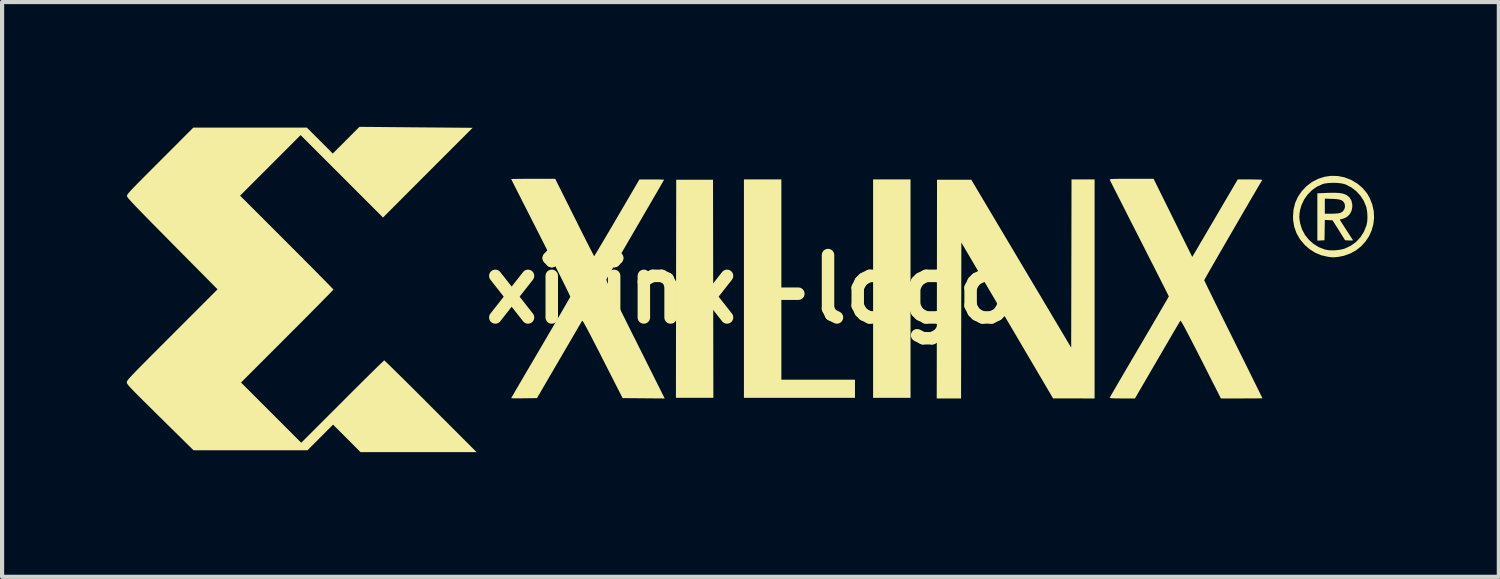
<source format=kicad_pcb>
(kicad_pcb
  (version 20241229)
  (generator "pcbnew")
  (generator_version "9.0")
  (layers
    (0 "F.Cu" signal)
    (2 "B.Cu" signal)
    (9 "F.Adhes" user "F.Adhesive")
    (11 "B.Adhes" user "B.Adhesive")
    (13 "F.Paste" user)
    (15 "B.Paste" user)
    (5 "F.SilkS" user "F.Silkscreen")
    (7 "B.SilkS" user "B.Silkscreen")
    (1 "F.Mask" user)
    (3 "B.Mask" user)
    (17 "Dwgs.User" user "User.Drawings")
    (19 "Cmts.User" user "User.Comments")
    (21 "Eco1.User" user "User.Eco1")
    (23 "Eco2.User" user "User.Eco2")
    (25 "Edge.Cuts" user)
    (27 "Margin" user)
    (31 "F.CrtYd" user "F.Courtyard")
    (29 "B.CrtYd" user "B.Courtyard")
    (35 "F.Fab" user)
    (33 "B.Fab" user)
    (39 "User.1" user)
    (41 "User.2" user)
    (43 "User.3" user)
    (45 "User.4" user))
  (footprint "xilinx-logo"
    (layer "F.Cu")
    (at 15.003 3.905)
    (property "Reference" "xilinx-logo" (at 0 0 0) (layer "F.SilkS") (effects (font (size 1.5 1.5) (thickness 0.3))))
    (attr board_only exclude_from_pos_files exclude_from_bom)
    (fp_poly (pts (xy -0.904 -0.011) (xy -0.9 2.611) (xy -1.35 2.611) (xy -1.8 2.611) (xy -1.797 -0.011) (xy -1.793 -2.633) (xy -1.35 -2.633) (xy -0.908 -2.633)) (stroke (width 0) (type solid)) (fill yes) (layer "F.SilkS"))
    (fp_poly (pts (xy 3.841 -0.015) (xy 3.841 2.611) (xy 3.391 2.611) (xy 2.941 2.611) (xy 2.941 -0.015) (xy 2.941 -2.641) (xy 3.391 -2.641) (xy 3.841 -2.641)) (stroke (width 0) (type solid)) (fill yes) (layer "F.SilkS"))
    (fp_poly (pts (xy 0.735 -0.233) (xy 0.735 2.175) (xy 1.62 2.175) (xy 2.505 2.175) (xy 2.505 2.393) (xy 2.505 2.611) (xy 1.17 2.611) (xy -0.165 2.611) (xy -0.165 -0.015) (xy -0.165 -2.641) (xy 0.285 -2.641) (xy 0.735 -2.641)) (stroke (width 0) (type solid)) (fill yes) (layer "F.SilkS"))
    (fp_poly (pts (xy 8.267 -0.008) (xy 8.267 2.626) (xy 7.768 2.625) (xy 7.269 2.625) (xy 6.166 0.751) (xy 5.063 -1.123) (xy 5.06 0.751) (xy 5.056 2.626) (xy 4.763 2.626) (xy 4.471 2.626) (xy 4.475 -0.004) (xy 4.478 -2.633) (xy 4.89 -2.633) (xy 5.302 -2.633) (xy 6.503 -0.614) (xy 7.704 1.404) (xy 7.708 -0.618) (xy 7.712 -2.641) (xy 7.989 -2.641) (xy 8.267 -2.641)) (stroke (width 0) (type solid)) (fill yes) (layer "F.SilkS"))
    (fp_poly (pts (xy 14.093 -2.318) (xy 14.177 -2.311) (xy 14.245 -2.297) (xy 14.303 -2.276) (xy 14.335 -2.259) (xy 14.397 -2.207) (xy 14.439 -2.138) (xy 14.461 -2.058) (xy 14.464 -1.975) (xy 14.447 -1.892) (xy 14.411 -1.817) (xy 14.355 -1.756) (xy 14.333 -1.74) (xy 14.283 -1.713) (xy 14.233 -1.693) (xy 14.215 -1.689) (xy 14.18 -1.681) (xy 14.163 -1.674) (xy 14.163 -1.673) (xy 14.171 -1.659) (xy 14.192 -1.624) (xy 14.226 -1.572) (xy 14.268 -1.506) (xy 14.316 -1.432) (xy 14.32 -1.425) (xy 14.369 -1.35) (xy 14.412 -1.284) (xy 14.446 -1.23) (xy 14.469 -1.193) (xy 14.478 -1.177) (xy 14.478 -1.176) (xy 14.464 -1.173) (xy 14.429 -1.172) (xy 14.384 -1.173) (xy 14.291 -1.178) (xy 14.14 -1.418) (xy 13.988 -1.658) (xy 13.896 -1.662) (xy 13.803 -1.667) (xy 13.799 -1.422) (xy 13.795 -1.178) (xy 13.709 -1.173) (xy 13.623 -1.169) (xy 13.623 -1.738) (xy 13.623 -1.997) (xy 13.803 -1.997) (xy 13.803 -1.815) (xy 13.964 -1.816) (xy 14.036 -1.818) (xy 14.103 -1.823) (xy 14.155 -1.83) (xy 14.176 -1.835) (xy 14.233 -1.869) (xy 14.271 -1.921) (xy 14.288 -1.984) (xy 14.281 -2.049) (xy 14.27 -2.075) (xy 14.244 -2.111) (xy 14.208 -2.138) (xy 14.157 -2.156) (xy 14.086 -2.167) (xy 13.991 -2.173) (xy 13.979 -2.173) (xy 13.803 -2.179) (xy 13.803 -1.997) (xy 13.623 -1.997) (xy 13.623 -2.307) (xy 13.859 -2.317) (xy 13.988 -2.32)) (stroke (width 0) (type solid)) (fill yes) (layer "F.SilkS"))
    (fp_poly (pts (xy 14.115 -2.723) (xy 14.276 -2.691) (xy 14.433 -2.63) (xy 14.44 -2.627) (xy 14.589 -2.538) (xy 14.716 -2.429) (xy 14.82 -2.302) (xy 14.881 -2.196) (xy 14.944 -2.038) (xy 14.979 -1.879) (xy 14.987 -1.72) (xy 14.97 -1.565) (xy 14.929 -1.416) (xy 14.866 -1.276) (xy 14.781 -1.148) (xy 14.677 -1.034) (xy 14.555 -0.937) (xy 14.416 -0.86) (xy 14.262 -0.805) (xy 14.142 -0.781) (xy 14.074 -0.772) (xy 14.024 -0.768) (xy 13.979 -0.769) (xy 13.928 -0.774) (xy 13.876 -0.781) (xy 13.714 -0.818) (xy 13.567 -0.88) (xy 13.431 -0.968) (xy 13.321 -1.065) (xy 13.209 -1.197) (xy 13.125 -1.341) (xy 13.069 -1.496) (xy 13.041 -1.661) (xy 13.038 -1.739) (xy 13.189 -1.739) (xy 13.197 -1.658) (xy 13.21 -1.583) (xy 13.255 -1.439) (xy 13.326 -1.306) (xy 13.42 -1.189) (xy 13.533 -1.089) (xy 13.662 -1.01) (xy 13.805 -0.955) (xy 13.822 -0.951) (xy 13.909 -0.937) (xy 14.013 -0.935) (xy 14.121 -0.943) (xy 14.223 -0.961) (xy 14.285 -0.979) (xy 14.429 -1.047) (xy 14.554 -1.138) (xy 14.659 -1.25) (xy 14.743 -1.383) (xy 14.803 -1.534) (xy 14.804 -1.536) (xy 14.822 -1.626) (xy 14.828 -1.733) (xy 14.823 -1.844) (xy 14.807 -1.947) (xy 14.796 -1.989) (xy 14.74 -2.124) (xy 14.659 -2.249) (xy 14.559 -2.358) (xy 14.442 -2.448) (xy 14.314 -2.514) (xy 14.273 -2.529) (xy 14.194 -2.547) (xy 14.096 -2.557) (xy 13.991 -2.559) (xy 13.887 -2.554) (xy 13.796 -2.541) (xy 13.752 -2.529) (xy 13.619 -2.47) (xy 13.498 -2.386) (xy 13.393 -2.281) (xy 13.306 -2.159) (xy 13.242 -2.024) (xy 13.21 -1.913) (xy 13.194 -1.82) (xy 13.189 -1.739) (xy 13.038 -1.739) (xy 13.038 -1.747) (xy 13.051 -1.919) (xy 13.09 -2.077) (xy 13.157 -2.224) (xy 13.247 -2.356) (xy 13.365 -2.481) (xy 13.497 -2.58) (xy 13.642 -2.655) (xy 13.795 -2.704) (xy 13.954 -2.727)) (stroke (width 0) (type solid)) (fill yes) (layer "F.SilkS"))
    (fp_poly (pts (xy -8.049 -3.893) (xy -6.688 -3.882) (xy -7.766 -2.804) (xy -8.844 -1.725) (xy -9.834 -2.716) (xy -10.825 -3.706) (xy -11.552 -2.978) (xy -12.28 -2.25) (xy -11.158 -1.129) (xy -11.006 -0.976) (xy -10.86 -0.83) (xy -10.721 -0.69) (xy -10.591 -0.559) (xy -10.471 -0.439) (xy -10.363 -0.329) (xy -10.268 -0.233) (xy -10.188 -0.151) (xy -10.123 -0.084) (xy -10.075 -0.035) (xy -10.046 -0.004) (xy -10.037 0.008) (xy -10.047 0.02) (xy -10.078 0.052) (xy -10.126 0.103) (xy -10.192 0.17) (xy -10.274 0.253) (xy -10.369 0.351) (xy -10.478 0.46) (xy -10.598 0.582) (xy -10.728 0.713) (xy -10.867 0.853) (xy -11.014 0.999) (xy -11.147 1.133) (xy -12.257 2.243) (xy -11.533 2.967) (xy -10.81 3.691) (xy -9.819 2.701) (xy -9.676 2.557) (xy -9.539 2.421) (xy -9.409 2.291) (xy -9.288 2.171) (xy -9.177 2.062) (xy -9.079 1.965) (xy -8.993 1.881) (xy -8.923 1.812) (xy -8.868 1.76) (xy -8.832 1.726) (xy -8.815 1.711) (xy -8.814 1.71) (xy -8.802 1.721) (xy -8.77 1.751) (xy -8.719 1.8) (xy -8.651 1.865) (xy -8.568 1.947) (xy -8.471 2.043) (xy -8.361 2.151) (xy -8.24 2.271) (xy -8.109 2.401) (xy -7.97 2.54) (xy -7.823 2.686) (xy -7.697 2.813) (xy -6.594 3.916) (xy -7.989 3.916) (xy -9.385 3.916) (xy -9.715 3.585) (xy -10.044 3.255) (xy -10.351 3.563) (xy -10.658 3.871) (xy -12.03 3.871) (xy -13.401 3.871) (xy -14.202 3.081) (xy -14.352 2.933) (xy -14.482 2.804) (xy -14.594 2.694) (xy -14.688 2.6) (xy -14.767 2.521) (xy -14.831 2.456) (xy -14.883 2.402) (xy -14.923 2.36) (xy -14.953 2.326) (xy -14.974 2.3) (xy -14.989 2.279) (xy -14.997 2.264) (xy -15.002 2.251) (xy -15.003 2.24) (xy -15.003 2.237) (xy -15.002 2.228) (xy -14.999 2.217) (xy -14.993 2.204) (xy -14.982 2.187) (xy -14.965 2.164) (xy -14.94 2.136) (xy -14.908 2.1) (xy -14.866 2.055) (xy -14.813 2) (xy -14.749 1.933) (xy -14.671 1.854) (xy -14.579 1.761) (xy -14.471 1.652) (xy -14.347 1.528) (xy -14.205 1.385) (xy -14.044 1.224) (xy -13.913 1.093) (xy -12.822 0.002) (xy -13.909 -1.095) (xy -14.088 -1.277) (xy -14.247 -1.438) (xy -14.388 -1.58) (xy -14.51 -1.705) (xy -14.616 -1.813) (xy -14.706 -1.906) (xy -14.782 -1.984) (xy -14.844 -2.05) (xy -14.894 -2.104) (xy -14.933 -2.147) (xy -14.962 -2.18) (xy -14.982 -2.206) (xy -14.994 -2.224) (xy -15 -2.236) (xy -15 -2.239) (xy -15 -2.249) (xy -14.997 -2.261) (xy -14.989 -2.276) (xy -14.975 -2.296) (xy -14.954 -2.322) (xy -14.924 -2.356) (xy -14.884 -2.4) (xy -14.832 -2.454) (xy -14.767 -2.521) (xy -14.688 -2.601) (xy -14.593 -2.697) (xy -14.481 -2.809) (xy -14.351 -2.94) (xy -14.205 -3.086) (xy -13.405 -3.886) (xy -12.04 -3.886) (xy -10.675 -3.886) (xy -10.363 -3.575) (xy -10.052 -3.263) (xy -9.731 -3.584) (xy -9.41 -3.905)) (stroke (width 0) (type solid)) (fill yes) (layer "F.SilkS"))
    (fp_poly (pts (xy 10.15 -1.716) (xy 10.615 -0.777) (xy 11.162 -1.709) (xy 11.709 -2.641) (xy 12.006 -2.641) (xy 12.097 -2.64) (xy 12.175 -2.638) (xy 12.238 -2.636) (xy 12.28 -2.633) (xy 12.297 -2.63) (xy 12.298 -2.629) (xy 12.229 -2.512) (xy 12.153 -2.382) (xy 12.071 -2.241) (xy 11.983 -2.092) (xy 11.893 -1.936) (xy 11.799 -1.775) (xy 11.705 -1.612) (xy 11.61 -1.449) (xy 11.517 -1.288) (xy 11.425 -1.13) (xy 11.337 -0.978) (xy 11.254 -0.834) (xy 11.177 -0.7) (xy 11.107 -0.579) (xy 11.045 -0.471) (xy 10.993 -0.38) (xy 10.952 -0.307) (xy 10.922 -0.254) (xy 10.906 -0.224) (xy 10.902 -0.218) (xy 10.909 -0.203) (xy 10.928 -0.162) (xy 10.959 -0.099) (xy 11 -0.013) (xy 11.052 0.091) (xy 11.112 0.214) (xy 11.18 0.353) (xy 11.256 0.507) (xy 11.338 0.673) (xy 11.426 0.85) (xy 11.518 1.036) (xy 11.603 1.206) (xy 11.698 1.399) (xy 11.79 1.583) (xy 11.877 1.758) (xy 11.958 1.922) (xy 12.033 2.073) (xy 12.1 2.21) (xy 12.16 2.33) (xy 12.21 2.431) (xy 12.25 2.513) (xy 12.279 2.573) (xy 12.297 2.609) (xy 12.302 2.62) (xy 12.288 2.622) (xy 12.247 2.623) (xy 12.183 2.624) (xy 12.1 2.625) (xy 12 2.625) (xy 11.888 2.625) (xy 11.803 2.626) (xy 11.304 2.626) (xy 10.825 1.681) (xy 10.728 1.491) (xy 10.643 1.326) (xy 10.571 1.185) (xy 10.509 1.067) (xy 10.458 0.97) (xy 10.417 0.893) (xy 10.384 0.835) (xy 10.36 0.794) (xy 10.343 0.768) (xy 10.332 0.757) (xy 10.329 0.757) (xy 10.318 0.774) (xy 10.295 0.814) (xy 10.258 0.875) (xy 10.21 0.957) (xy 10.152 1.055) (xy 10.086 1.169) (xy 10.011 1.297) (xy 9.931 1.435) (xy 9.845 1.582) (xy 9.775 1.702) (xy 9.237 2.626) (xy 8.93 2.626) (xy 8.826 2.625) (xy 8.747 2.624) (xy 8.692 2.622) (xy 8.656 2.619) (xy 8.637 2.614) (xy 8.631 2.608) (xy 8.632 2.604) (xy 8.64 2.589) (xy 8.663 2.549) (xy 8.699 2.487) (xy 8.747 2.405) (xy 8.805 2.304) (xy 8.874 2.186) (xy 8.951 2.054) (xy 9.036 1.909) (xy 9.128 1.752) (xy 9.225 1.587) (xy 9.327 1.413) (xy 9.346 1.382) (xy 9.448 1.208) (xy 9.546 1.041) (xy 9.638 0.884) (xy 9.724 0.737) (xy 9.802 0.604) (xy 9.871 0.485) (xy 9.931 0.382) (xy 9.98 0.298) (xy 10.017 0.234) (xy 10.041 0.192) (xy 10.052 0.173) (xy 10.052 0.172) (xy 10.045 0.158) (xy 10.026 0.119) (xy 9.995 0.057) (xy 9.953 -0.027) (xy 9.9 -0.13) (xy 9.839 -0.252) (xy 9.769 -0.389) (xy 9.693 -0.541) (xy 9.609 -0.705) (xy 9.52 -0.88) (xy 9.427 -1.064) (xy 9.348 -1.219) (xy 9.251 -1.41) (xy 9.157 -1.593) (xy 9.069 -1.767) (xy 8.986 -1.931) (xy 8.91 -2.081) (xy 8.841 -2.217) (xy 8.78 -2.337) (xy 8.728 -2.439) (xy 8.687 -2.521) (xy 8.657 -2.581) (xy 8.639 -2.618) (xy 8.633 -2.629) (xy 8.632 -2.636) (xy 8.637 -2.642) (xy 8.649 -2.646) (xy 8.673 -2.65) (xy 8.71 -2.652) (xy 8.764 -2.654) (xy 8.838 -2.655) (xy 8.935 -2.655) (xy 9.056 -2.655) (xy 9.154 -2.656) (xy 9.685 -2.656)) (stroke (width 0) (type solid)) (fill yes) (layer "F.SilkS"))
    (fp_poly (pts (xy -4.238 -1.725) (xy -4.161 -1.57) (xy -4.087 -1.423) (xy -4.018 -1.286) (xy -3.955 -1.161) (xy -3.899 -1.051) (xy -3.852 -0.958) (xy -3.813 -0.884) (xy -3.786 -0.831) (xy -3.77 -0.801) (xy -3.766 -0.795) (xy -3.757 -0.808) (xy -3.735 -0.845) (xy -3.699 -0.903) (xy -3.653 -0.981) (xy -3.596 -1.077) (xy -3.53 -1.188) (xy -3.456 -1.313) (xy -3.376 -1.449) (xy -3.29 -1.595) (xy -3.218 -1.718) (xy -2.678 -2.64) (xy -2.382 -2.64) (xy -2.291 -2.64) (xy -2.212 -2.639) (xy -2.148 -2.638) (xy -2.105 -2.636) (xy -2.086 -2.634) (xy -2.085 -2.634) (xy -2.093 -2.62) (xy -2.114 -2.583) (xy -2.149 -2.523) (xy -2.195 -2.442) (xy -2.252 -2.343) (xy -2.319 -2.228) (xy -2.395 -2.097) (xy -2.479 -1.953) (xy -2.569 -1.799) (xy -2.664 -1.634) (xy -2.764 -1.463) (xy -2.77 -1.452) (xy -2.871 -1.279) (xy -2.968 -1.113) (xy -3.059 -0.956) (xy -3.144 -0.809) (xy -3.222 -0.675) (xy -3.291 -0.555) (xy -3.35 -0.452) (xy -3.399 -0.367) (xy -3.436 -0.302) (xy -3.46 -0.259) (xy -3.47 -0.24) (xy -3.47 -0.24) (xy -3.471 -0.232) (xy -3.469 -0.218) (xy -3.463 -0.198) (xy -3.453 -0.17) (xy -3.437 -0.132) (xy -3.415 -0.083) (xy -3.387 -0.022) (xy -3.351 0.054) (xy -3.307 0.145) (xy -3.254 0.253) (xy -3.192 0.38) (xy -3.119 0.527) (xy -3.035 0.695) (xy -2.94 0.887) (xy -2.832 1.103) (xy -2.777 1.212) (xy -2.07 2.626) (xy -2.576 2.622) (xy -3.082 2.618) (xy -3.562 1.676) (xy -3.661 1.48) (xy -3.751 1.307) (xy -3.829 1.155) (xy -3.896 1.027) (xy -3.952 0.922) (xy -3.996 0.842) (xy -4.028 0.787) (xy -4.047 0.758) (xy -4.053 0.753) (xy -4.062 0.769) (xy -4.085 0.809) (xy -4.121 0.87) (xy -4.169 0.951) (xy -4.226 1.05) (xy -4.292 1.163) (xy -4.366 1.29) (xy -4.447 1.428) (xy -4.533 1.576) (xy -4.603 1.695) (xy -5.141 2.618) (xy -5.451 2.622) (xy -5.544 2.623) (xy -5.625 2.623) (xy -5.692 2.623) (xy -5.738 2.621) (xy -5.76 2.62) (xy -5.761 2.619) (xy -5.754 2.605) (xy -5.732 2.568) (xy -5.697 2.508) (xy -5.651 2.427) (xy -5.593 2.328) (xy -5.525 2.212) (xy -5.449 2.081) (xy -5.364 1.937) (xy -5.273 1.782) (xy -5.176 1.617) (xy -5.075 1.444) (xy -5.054 1.408) (xy -4.951 1.233) (xy -4.853 1.066) (xy -4.76 0.907) (xy -4.674 0.759) (xy -4.595 0.624) (xy -4.525 0.504) (xy -4.465 0.399) (xy -4.415 0.313) (xy -4.377 0.247) (xy -4.352 0.202) (xy -4.341 0.182) (xy -4.341 0.181) (xy -4.346 0.164) (xy -4.365 0.123) (xy -4.396 0.059) (xy -4.437 -0.027) (xy -4.489 -0.132) (xy -4.55 -0.255) (xy -4.619 -0.394) (xy -4.696 -0.547) (xy -4.78 -0.713) (xy -4.869 -0.889) (xy -4.963 -1.074) (xy -5.048 -1.242) (xy -5.145 -1.433) (xy -5.239 -1.617) (xy -5.327 -1.791) (xy -5.41 -1.954) (xy -5.487 -2.104) (xy -5.555 -2.24) (xy -5.616 -2.359) (xy -5.667 -2.46) (xy -5.708 -2.542) (xy -5.738 -2.601) (xy -5.756 -2.637) (xy -5.761 -2.648) (xy -5.747 -2.65) (xy -5.706 -2.652) (xy -5.641 -2.653) (xy -5.557 -2.654) (xy -5.457 -2.655) (xy -5.343 -2.655) (xy -5.232 -2.656) (xy -4.703 -2.656)) (stroke (width 0) (type solid)) (fill yes) (layer "F.SilkS")))
  (gr_rect
    (start -3 -3)
    (end 32.99 10.82)
    (stroke (width 0.1) (type default))
    (fill no)
    (layer "Edge.Cuts")))
</source>
